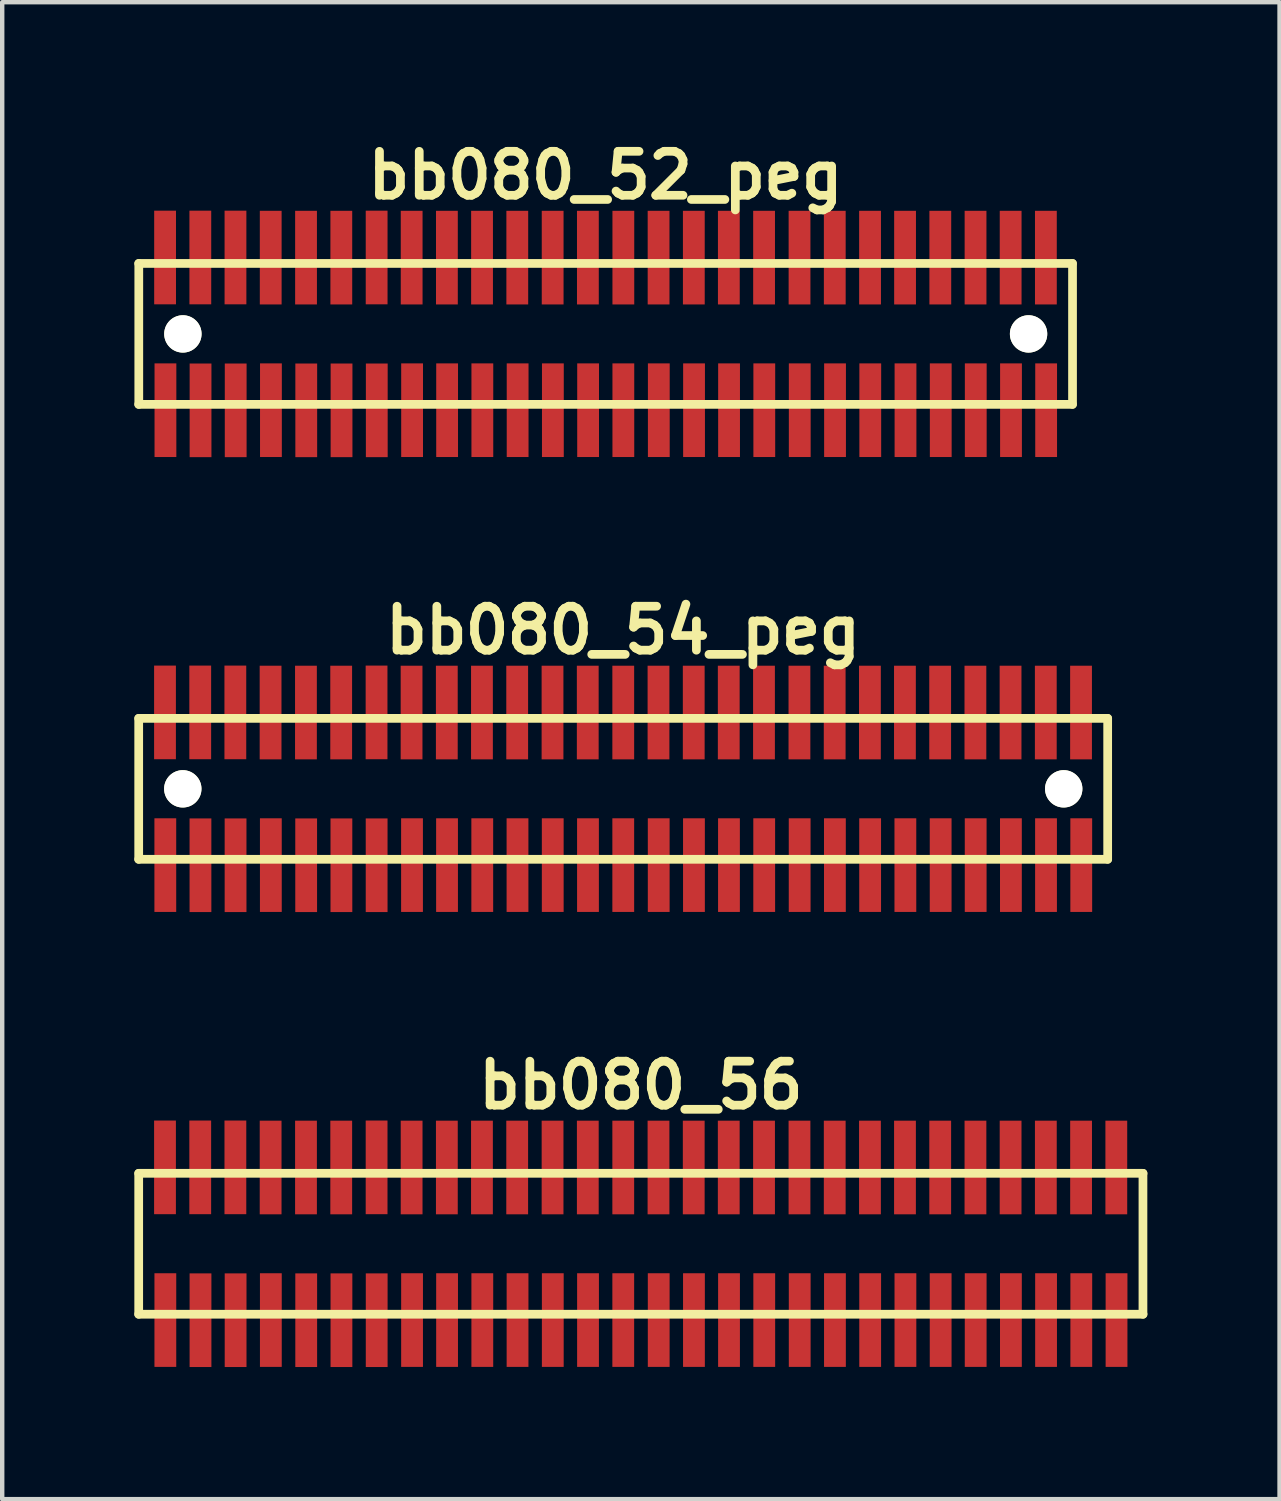
<source format=kicad_pcb>
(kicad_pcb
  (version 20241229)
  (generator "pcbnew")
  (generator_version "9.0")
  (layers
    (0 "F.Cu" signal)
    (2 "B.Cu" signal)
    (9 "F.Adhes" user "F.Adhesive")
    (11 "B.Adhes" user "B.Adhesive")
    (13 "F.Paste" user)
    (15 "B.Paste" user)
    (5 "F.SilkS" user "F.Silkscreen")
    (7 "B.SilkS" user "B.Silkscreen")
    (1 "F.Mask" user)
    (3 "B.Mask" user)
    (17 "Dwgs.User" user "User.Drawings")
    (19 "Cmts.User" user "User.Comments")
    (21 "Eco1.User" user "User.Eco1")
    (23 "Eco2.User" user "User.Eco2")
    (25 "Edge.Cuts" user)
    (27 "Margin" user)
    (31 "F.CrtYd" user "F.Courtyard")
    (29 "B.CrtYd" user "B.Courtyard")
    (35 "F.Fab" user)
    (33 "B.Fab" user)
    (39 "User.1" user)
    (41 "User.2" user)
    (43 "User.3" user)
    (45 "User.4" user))
  (footprint "bb080_56"
    (layer "F.Cu")
    (at 11.499 25.188)
    (property "Reference" "bb080_56" (at 0 -3.599 0) (layer "F.SilkS") (effects (font (size 0.998 0.998) (thickness 0.198))))
    (attr through_hole)
    (fp_line (start -11.4 -1.6) (end -11.4 1.6) (stroke (width 0.198) (type solid)) (layer "F.SilkS"))
    (fp_line (start -11.4 -1.6) (end 11.402 -1.6) (stroke (width 0.198) (type solid)) (layer "F.SilkS"))
    (fp_line (start 11.4 1.6) (end 11.4 -1.6) (stroke (width 0.198) (type solid)) (layer "F.SilkS"))
    (fp_line (start 11.402 1.6) (end -11.4 1.6) (stroke (width 0.198) (type solid)) (layer "F.SilkS"))
    (pad "1" smd rect (at -10.795 1.732) (size 0.495 2.126) (layers "F.Cu" "F.Mask" "F.Paste"))
    (pad "2" smd rect (at -10.803 -1.735) (size 0.495 2.126) (layers "F.Cu" "F.Mask" "F.Paste"))
    (pad "3" smd rect (at -9.997 1.735) (size 0.495 2.126) (layers "F.Cu" "F.Mask" "F.Paste"))
    (pad "4" smd rect (at -10.003 -1.735) (size 0.495 2.126) (layers "F.Cu" "F.Mask" "F.Paste"))
    (pad "5" smd rect (at -9.2 1.735) (size 0.495 2.126) (layers "F.Cu" "F.Mask" "F.Paste"))
    (pad "6" smd rect (at -9.205 -1.735) (size 0.495 2.126) (layers "F.Cu" "F.Mask" "F.Paste"))
    (pad "7" smd rect (at -8.4 1.732) (size 0.495 2.126) (layers "F.Cu" "F.Mask" "F.Paste"))
    (pad "8" smd rect (at -8.405 -1.732) (size 0.495 2.126) (layers "F.Cu" "F.Mask" "F.Paste"))
    (pad "9" smd rect (at -7.597 1.735) (size 0.495 2.126) (layers "F.Cu" "F.Mask" "F.Paste"))
    (pad "10" smd rect (at -7.602 -1.732) (size 0.495 2.126) (layers "F.Cu" "F.Mask" "F.Paste"))
    (pad "11" smd rect (at -6.797 1.735) (size 0.495 2.126) (layers "F.Cu" "F.Mask" "F.Paste"))
    (pad "12" smd rect (at -6.802 -1.732) (size 0.495 2.126) (layers "F.Cu" "F.Mask" "F.Paste"))
    (pad "13" smd rect (at -5.997 1.735) (size 0.495 2.126) (layers "F.Cu" "F.Mask" "F.Paste"))
    (pad "14" smd rect (at -5.999 -1.735) (size 0.495 2.126) (layers "F.Cu" "F.Mask" "F.Paste"))
    (pad "15" smd rect (at -5.194 1.732) (size 0.495 2.126) (layers "F.Cu" "F.Mask" "F.Paste"))
    (pad "16" smd rect (at -5.204 -1.732) (size 0.495 2.126) (layers "F.Cu" "F.Mask" "F.Paste"))
    (pad "17" smd rect (at -4.399 1.732) (size 0.495 2.126) (layers "F.Cu" "F.Mask" "F.Paste"))
    (pad "18" smd rect (at -4.404 -1.732) (size 0.495 2.126) (layers "F.Cu" "F.Mask" "F.Paste"))
    (pad "19" smd rect (at -3.599 1.732) (size 0.495 2.126) (layers "F.Cu" "F.Mask" "F.Paste"))
    (pad "20" smd rect (at -3.607 -1.732) (size 0.495 2.126) (layers "F.Cu" "F.Mask" "F.Paste"))
    (pad "21" smd rect (at -2.799 1.732) (size 0.495 2.126) (layers "F.Cu" "F.Mask" "F.Paste"))
    (pad "22" smd rect (at -2.807 -1.732) (size 0.495 2.126) (layers "F.Cu" "F.Mask" "F.Paste"))
    (pad "23" smd rect (at -1.999 1.732) (size 0.495 2.126) (layers "F.Cu" "F.Mask" "F.Paste"))
    (pad "24" smd rect (at -2.004 -1.732) (size 0.495 2.126) (layers "F.Cu" "F.Mask" "F.Paste"))
    (pad "25" smd rect (at -1.199 1.732) (size 0.495 2.126) (layers "F.Cu" "F.Mask" "F.Paste"))
    (pad "26" smd rect (at -1.204 -1.732) (size 0.495 2.126) (layers "F.Cu" "F.Mask" "F.Paste"))
    (pad "27" smd rect (at -0.399 1.732) (size 0.495 2.126) (layers "F.Cu" "F.Mask" "F.Paste"))
    (pad "28" smd rect (at -0.399 -1.732) (size 0.495 2.126) (layers "F.Cu" "F.Mask" "F.Paste"))
    (pad "29" smd rect (at 0.406 1.732) (size 0.495 2.126) (layers "F.Cu" "F.Mask" "F.Paste"))
    (pad "30" smd rect (at 0.401 -1.732) (size 0.495 2.126) (layers "F.Cu" "F.Mask" "F.Paste"))
    (pad "31" smd rect (at 1.206 1.732) (size 0.495 2.126) (layers "F.Cu" "F.Mask" "F.Paste"))
    (pad "32" smd rect (at 1.201 -1.732) (size 0.495 2.126) (layers "F.Cu" "F.Mask" "F.Paste"))
    (pad "33" smd rect (at 2.002 1.732) (size 0.495 2.126) (layers "F.Cu" "F.Mask" "F.Paste"))
    (pad "34" smd rect (at 1.996 -1.732) (size 0.495 2.126) (layers "F.Cu" "F.Mask" "F.Paste"))
    (pad "35" smd rect (at 2.802 1.732) (size 0.495 2.126) (layers "F.Cu" "F.Mask" "F.Paste"))
    (pad "36" smd rect (at 2.797 -1.732) (size 0.495 2.126) (layers "F.Cu" "F.Mask" "F.Paste"))
    (pad "37" smd rect (at 3.607 1.732) (size 0.495 2.126) (layers "F.Cu" "F.Mask" "F.Paste"))
    (pad "38" smd rect (at 3.602 -1.732) (size 0.495 2.126) (layers "F.Cu" "F.Mask" "F.Paste"))
    (pad "39" smd rect (at 4.407 1.732) (size 0.495 2.126) (layers "F.Cu" "F.Mask" "F.Paste"))
    (pad "40" smd rect (at 4.402 -1.732) (size 0.495 2.126) (layers "F.Cu" "F.Mask" "F.Paste"))
    (pad "41" smd rect (at 5.207 1.732) (size 0.495 2.126) (layers "F.Cu" "F.Mask" "F.Paste"))
    (pad "42" smd rect (at 5.202 -1.732) (size 0.495 2.126) (layers "F.Cu" "F.Mask" "F.Paste"))
    (pad "43" smd rect (at 6.007 1.732) (size 0.495 2.126) (layers "F.Cu" "F.Mask" "F.Paste"))
    (pad "44" smd rect (at 5.997 -1.732) (size 0.495 2.126) (layers "F.Cu" "F.Mask" "F.Paste"))
    (pad "45" smd rect (at 6.807 1.732) (size 0.495 2.126) (layers "F.Cu" "F.Mask" "F.Paste"))
    (pad "46" smd rect (at 6.797 -1.732) (size 0.495 2.126) (layers "F.Cu" "F.Mask" "F.Paste"))
    (pad "47" smd rect (at 7.602 1.732) (size 0.495 2.126) (layers "F.Cu" "F.Mask" "F.Paste"))
    (pad "48" smd rect (at 7.597 -1.732) (size 0.495 2.126) (layers "F.Cu" "F.Mask" "F.Paste"))
    (pad "49" smd rect (at 8.402 1.732) (size 0.495 2.126) (layers "F.Cu" "F.Mask" "F.Paste"))
    (pad "50" smd rect (at 8.395 -1.732) (size 0.495 2.126) (layers "F.Cu" "F.Mask" "F.Paste"))
    (pad "51" smd rect (at 9.2 1.732) (size 0.495 2.126) (layers "F.Cu" "F.Mask" "F.Paste"))
    (pad "52" smd rect (at 9.195 -1.732) (size 0.495 2.126) (layers "F.Cu" "F.Mask" "F.Paste"))
    (pad "53" smd rect (at 10 1.732) (size 0.495 2.126) (layers "F.Cu" "F.Mask" "F.Paste"))
    (pad "54" smd rect (at 9.995 -1.732) (size 0.495 2.126) (layers "F.Cu" "F.Mask" "F.Paste"))
    (pad "55" smd rect (at 10.8 1.732) (size 0.495 2.126) (layers "F.Cu" "F.Mask" "F.Paste"))
    (pad "56" smd rect (at 10.795 -1.732) (size 0.495 2.126) (layers "F.Cu" "F.Mask" "F.Paste")))
  (footprint "bb080_54_peg"
    (layer "F.Cu")
    (at 11.097 14.859)
    (property "Reference" "bb080_54_peg" (at 0 -3.599 0) (layer "F.SilkS") (effects (font (size 0.998 0.998) (thickness 0.198))))
    (attr through_hole)
    (fp_line (start -10.998 -1.6) (end -10.998 1.6) (stroke (width 0.198) (type solid)) (layer "F.SilkS"))
    (fp_line (start -10.998 1.6) (end 11.001 1.6) (stroke (width 0.198) (type solid)) (layer "F.SilkS"))
    (fp_line (start 11.001 -1.6) (end -10.998 -1.6) (stroke (width 0.198) (type solid)) (layer "F.SilkS"))
    (fp_line (start 11.001 1.6) (end 11.001 -1.6) (stroke (width 0.198) (type solid)) (layer "F.SilkS"))
    (pad "" np_thru_hole circle (at -9.997 0) (size 0.848 0.848) (drill 0.848) (layers "*.Cu" "*.Mask" "F.SilkS"))
    (pad "" np_thru_hole circle (at 10.003 0) (size 0.848 0.848) (drill 0.848) (layers "*.Cu" "*.Mask" "F.SilkS"))
    (pad "1" smd rect (at -10.394 1.732) (size 0.495 2.126) (layers "F.Cu" "F.Mask" "F.Paste"))
    (pad "2" smd rect (at -10.401 -1.735) (size 0.495 2.126) (layers "F.Cu" "F.Mask" "F.Paste"))
    (pad "3" smd rect (at -9.596 1.735) (size 0.495 2.126) (layers "F.Cu" "F.Mask" "F.Paste"))
    (pad "4" smd rect (at -9.601 -1.735) (size 0.495 2.126) (layers "F.Cu" "F.Mask" "F.Paste"))
    (pad "5" smd rect (at -8.799 1.735) (size 0.495 2.126) (layers "F.Cu" "F.Mask" "F.Paste"))
    (pad "6" smd rect (at -8.804 -1.735) (size 0.495 2.126) (layers "F.Cu" "F.Mask" "F.Paste"))
    (pad "7" smd rect (at -7.998 1.732) (size 0.495 2.126) (layers "F.Cu" "F.Mask" "F.Paste"))
    (pad "8" smd rect (at -8.004 -1.732) (size 0.495 2.126) (layers "F.Cu" "F.Mask" "F.Paste"))
    (pad "9" smd rect (at -7.196 1.735) (size 0.495 2.126) (layers "F.Cu" "F.Mask" "F.Paste"))
    (pad "10" smd rect (at -7.201 -1.732) (size 0.495 2.126) (layers "F.Cu" "F.Mask" "F.Paste"))
    (pad "11" smd rect (at -6.396 1.735) (size 0.495 2.126) (layers "F.Cu" "F.Mask" "F.Paste"))
    (pad "12" smd rect (at -6.401 -1.732) (size 0.495 2.126) (layers "F.Cu" "F.Mask" "F.Paste"))
    (pad "13" smd rect (at -5.596 1.735) (size 0.495 2.126) (layers "F.Cu" "F.Mask" "F.Paste"))
    (pad "14" smd rect (at -5.598 -1.735) (size 0.495 2.126) (layers "F.Cu" "F.Mask" "F.Paste"))
    (pad "15" smd rect (at -4.793 1.732) (size 0.495 2.126) (layers "F.Cu" "F.Mask" "F.Paste"))
    (pad "16" smd rect (at -4.803 -1.732) (size 0.495 2.126) (layers "F.Cu" "F.Mask" "F.Paste"))
    (pad "17" smd rect (at -3.998 1.732) (size 0.495 2.126) (layers "F.Cu" "F.Mask" "F.Paste"))
    (pad "18" smd rect (at -4.003 -1.732) (size 0.495 2.126) (layers "F.Cu" "F.Mask" "F.Paste"))
    (pad "19" smd rect (at -3.198 1.732) (size 0.495 2.126) (layers "F.Cu" "F.Mask" "F.Paste"))
    (pad "20" smd rect (at -3.205 -1.732) (size 0.495 2.126) (layers "F.Cu" "F.Mask" "F.Paste"))
    (pad "21" smd rect (at -2.398 1.732) (size 0.495 2.126) (layers "F.Cu" "F.Mask" "F.Paste"))
    (pad "22" smd rect (at -2.405 -1.732) (size 0.495 2.126) (layers "F.Cu" "F.Mask" "F.Paste"))
    (pad "23" smd rect (at -1.598 1.732) (size 0.495 2.126) (layers "F.Cu" "F.Mask" "F.Paste"))
    (pad "24" smd rect (at -1.603 -1.732) (size 0.495 2.126) (layers "F.Cu" "F.Mask" "F.Paste"))
    (pad "25" smd rect (at -0.798 1.732) (size 0.495 2.126) (layers "F.Cu" "F.Mask" "F.Paste"))
    (pad "26" smd rect (at -0.803 -1.732) (size 0.495 2.126) (layers "F.Cu" "F.Mask" "F.Paste"))
    (pad "27" smd rect (at 0.003 1.732) (size 0.495 2.126) (layers "F.Cu" "F.Mask" "F.Paste"))
    (pad "28" smd rect (at 0.003 -1.732) (size 0.495 2.126) (layers "F.Cu" "F.Mask" "F.Paste"))
    (pad "29" smd rect (at 0.808 1.732) (size 0.495 2.126) (layers "F.Cu" "F.Mask" "F.Paste"))
    (pad "30" smd rect (at 0.803 -1.732) (size 0.495 2.126) (layers "F.Cu" "F.Mask" "F.Paste"))
    (pad "31" smd rect (at 1.608 1.732) (size 0.495 2.126) (layers "F.Cu" "F.Mask" "F.Paste"))
    (pad "32" smd rect (at 1.603 -1.732) (size 0.495 2.126) (layers "F.Cu" "F.Mask" "F.Paste"))
    (pad "33" smd rect (at 2.403 1.732) (size 0.495 2.126) (layers "F.Cu" "F.Mask" "F.Paste"))
    (pad "34" smd rect (at 2.398 -1.732) (size 0.495 2.126) (layers "F.Cu" "F.Mask" "F.Paste"))
    (pad "35" smd rect (at 3.203 1.732) (size 0.495 2.126) (layers "F.Cu" "F.Mask" "F.Paste"))
    (pad "36" smd rect (at 3.198 -1.732) (size 0.495 2.126) (layers "F.Cu" "F.Mask" "F.Paste"))
    (pad "37" smd rect (at 4.008 1.732) (size 0.495 2.126) (layers "F.Cu" "F.Mask" "F.Paste"))
    (pad "38" smd rect (at 4.003 -1.732) (size 0.495 2.126) (layers "F.Cu" "F.Mask" "F.Paste"))
    (pad "39" smd rect (at 4.808 1.732) (size 0.495 2.126) (layers "F.Cu" "F.Mask" "F.Paste"))
    (pad "40" smd rect (at 4.803 -1.732) (size 0.495 2.126) (layers "F.Cu" "F.Mask" "F.Paste"))
    (pad "41" smd rect (at 5.608 1.732) (size 0.495 2.126) (layers "F.Cu" "F.Mask" "F.Paste"))
    (pad "42" smd rect (at 5.603 -1.732) (size 0.495 2.126) (layers "F.Cu" "F.Mask" "F.Paste"))
    (pad "43" smd rect (at 6.408 1.732) (size 0.495 2.126) (layers "F.Cu" "F.Mask" "F.Paste"))
    (pad "44" smd rect (at 6.398 -1.732) (size 0.495 2.126) (layers "F.Cu" "F.Mask" "F.Paste"))
    (pad "45" smd rect (at 7.209 1.732) (size 0.495 2.126) (layers "F.Cu" "F.Mask" "F.Paste"))
    (pad "46" smd rect (at 7.198 -1.732) (size 0.495 2.126) (layers "F.Cu" "F.Mask" "F.Paste"))
    (pad "47" smd rect (at 8.004 1.732) (size 0.495 2.126) (layers "F.Cu" "F.Mask" "F.Paste"))
    (pad "48" smd rect (at 7.998 -1.732) (size 0.495 2.126) (layers "F.Cu" "F.Mask" "F.Paste"))
    (pad "49" smd rect (at 8.804 1.732) (size 0.495 2.126) (layers "F.Cu" "F.Mask" "F.Paste"))
    (pad "50" smd rect (at 8.796 -1.732) (size 0.495 2.126) (layers "F.Cu" "F.Mask" "F.Paste"))
    (pad "51" smd rect (at 9.601 1.732) (size 0.495 2.126) (layers "F.Cu" "F.Mask" "F.Paste"))
    (pad "52" smd rect (at 9.596 -1.732) (size 0.495 2.126) (layers "F.Cu" "F.Mask" "F.Paste"))
    (pad "53" smd rect (at 10.401 1.732) (size 0.495 2.126) (layers "F.Cu" "F.Mask" "F.Paste"))
    (pad "54" smd rect (at 10.396 -1.732) (size 0.495 2.126) (layers "F.Cu" "F.Mask" "F.Paste")))
  (footprint "bb080_52_peg"
    (layer "F.Cu")
    (at 10.698 4.531)
    (property "Reference" "bb080_52_peg" (at 0 -3.599 0) (layer "F.SilkS") (effects (font (size 0.998 0.998) (thickness 0.198))))
    (attr through_hole)
    (fp_line (start -10.599 1.6) (end 10.599 1.6) (stroke (width 0.198) (type solid)) (layer "F.SilkS"))
    (fp_line (start -10.597 -1.6) (end -10.597 1.6) (stroke (width 0.198) (type solid)) (layer "F.SilkS"))
    (fp_line (start 10.599 -1.6) (end -10.599 -1.6) (stroke (width 0.198) (type solid)) (layer "F.SilkS"))
    (fp_line (start 10.602 1.6) (end 10.602 -1.6) (stroke (width 0.198) (type solid)) (layer "F.SilkS"))
    (pad "" np_thru_hole circle (at -9.596 0) (size 0.848 0.848) (drill 0.848) (layers "*.Cu" "*.Mask" "F.SilkS"))
    (pad "" np_thru_hole circle (at 9.604 0) (size 0.848 0.848) (drill 0.848) (layers "*.Cu" "*.Mask" "F.SilkS"))
    (pad "1" smd rect (at -9.992 1.732) (size 0.495 2.126) (layers "F.Cu" "F.Mask" "F.Paste"))
    (pad "2" smd rect (at -10 -1.735) (size 0.495 2.126) (layers "F.Cu" "F.Mask" "F.Paste"))
    (pad "3" smd rect (at -9.195 1.735) (size 0.495 2.126) (layers "F.Cu" "F.Mask" "F.Paste"))
    (pad "4" smd rect (at -9.2 -1.735) (size 0.495 2.126) (layers "F.Cu" "F.Mask" "F.Paste"))
    (pad "5" smd rect (at -8.397 1.735) (size 0.495 2.126) (layers "F.Cu" "F.Mask" "F.Paste"))
    (pad "6" smd rect (at -8.402 -1.735) (size 0.495 2.126) (layers "F.Cu" "F.Mask" "F.Paste"))
    (pad "7" smd rect (at -7.597 1.732) (size 0.495 2.126) (layers "F.Cu" "F.Mask" "F.Paste"))
    (pad "8" smd rect (at -7.602 -1.732) (size 0.495 2.126) (layers "F.Cu" "F.Mask" "F.Paste"))
    (pad "9" smd rect (at -6.795 1.735) (size 0.495 2.126) (layers "F.Cu" "F.Mask" "F.Paste"))
    (pad "10" smd rect (at -6.8 -1.732) (size 0.495 2.126) (layers "F.Cu" "F.Mask" "F.Paste"))
    (pad "11" smd rect (at -5.994 1.735) (size 0.495 2.126) (layers "F.Cu" "F.Mask" "F.Paste"))
    (pad "12" smd rect (at -5.999 -1.732) (size 0.495 2.126) (layers "F.Cu" "F.Mask" "F.Paste"))
    (pad "13" smd rect (at -5.194 1.735) (size 0.495 2.126) (layers "F.Cu" "F.Mask" "F.Paste"))
    (pad "14" smd rect (at -5.197 -1.735) (size 0.495 2.126) (layers "F.Cu" "F.Mask" "F.Paste"))
    (pad "15" smd rect (at -4.392 1.732) (size 0.495 2.126) (layers "F.Cu" "F.Mask" "F.Paste"))
    (pad "16" smd rect (at -4.402 -1.732) (size 0.495 2.126) (layers "F.Cu" "F.Mask" "F.Paste"))
    (pad "17" smd rect (at -3.597 1.732) (size 0.495 2.126) (layers "F.Cu" "F.Mask" "F.Paste"))
    (pad "18" smd rect (at -3.602 -1.732) (size 0.495 2.126) (layers "F.Cu" "F.Mask" "F.Paste"))
    (pad "19" smd rect (at -2.797 1.732) (size 0.495 2.126) (layers "F.Cu" "F.Mask" "F.Paste"))
    (pad "20" smd rect (at -2.804 -1.732) (size 0.495 2.126) (layers "F.Cu" "F.Mask" "F.Paste"))
    (pad "21" smd rect (at -1.996 1.732) (size 0.495 2.126) (layers "F.Cu" "F.Mask" "F.Paste"))
    (pad "22" smd rect (at -2.004 -1.732) (size 0.495 2.126) (layers "F.Cu" "F.Mask" "F.Paste"))
    (pad "23" smd rect (at -1.196 1.732) (size 0.495 2.126) (layers "F.Cu" "F.Mask" "F.Paste"))
    (pad "24" smd rect (at -1.201 -1.732) (size 0.495 2.126) (layers "F.Cu" "F.Mask" "F.Paste"))
    (pad "25" smd rect (at -0.396 1.732) (size 0.495 2.126) (layers "F.Cu" "F.Mask" "F.Paste"))
    (pad "26" smd rect (at -0.401 -1.732) (size 0.495 2.126) (layers "F.Cu" "F.Mask" "F.Paste"))
    (pad "27" smd rect (at 0.404 1.732) (size 0.495 2.126) (layers "F.Cu" "F.Mask" "F.Paste"))
    (pad "28" smd rect (at 0.404 -1.732) (size 0.495 2.126) (layers "F.Cu" "F.Mask" "F.Paste"))
    (pad "29" smd rect (at 1.209 1.732) (size 0.495 2.126) (layers "F.Cu" "F.Mask" "F.Paste"))
    (pad "30" smd rect (at 1.204 -1.732) (size 0.495 2.126) (layers "F.Cu" "F.Mask" "F.Paste"))
    (pad "31" smd rect (at 2.009 1.732) (size 0.495 2.126) (layers "F.Cu" "F.Mask" "F.Paste"))
    (pad "32" smd rect (at 2.004 -1.732) (size 0.495 2.126) (layers "F.Cu" "F.Mask" "F.Paste"))
    (pad "33" smd rect (at 2.804 1.732) (size 0.495 2.126) (layers "F.Cu" "F.Mask" "F.Paste"))
    (pad "34" smd rect (at 2.799 -1.732) (size 0.495 2.126) (layers "F.Cu" "F.Mask" "F.Paste"))
    (pad "35" smd rect (at 3.604 1.732) (size 0.495 2.126) (layers "F.Cu" "F.Mask" "F.Paste"))
    (pad "36" smd rect (at 3.599 -1.732) (size 0.495 2.126) (layers "F.Cu" "F.Mask" "F.Paste"))
    (pad "37" smd rect (at 4.409 1.732) (size 0.495 2.126) (layers "F.Cu" "F.Mask" "F.Paste"))
    (pad "38" smd rect (at 4.404 -1.732) (size 0.495 2.126) (layers "F.Cu" "F.Mask" "F.Paste"))
    (pad "39" smd rect (at 5.21 1.732) (size 0.495 2.126) (layers "F.Cu" "F.Mask" "F.Paste"))
    (pad "40" smd rect (at 5.204 -1.732) (size 0.495 2.126) (layers "F.Cu" "F.Mask" "F.Paste"))
    (pad "41" smd rect (at 6.01 1.732) (size 0.495 2.126) (layers "F.Cu" "F.Mask" "F.Paste"))
    (pad "42" smd rect (at 6.005 -1.732) (size 0.495 2.126) (layers "F.Cu" "F.Mask" "F.Paste"))
    (pad "43" smd rect (at 6.81 1.732) (size 0.495 2.126) (layers "F.Cu" "F.Mask" "F.Paste"))
    (pad "44" smd rect (at 6.8 -1.732) (size 0.495 2.126) (layers "F.Cu" "F.Mask" "F.Paste"))
    (pad "45" smd rect (at 7.61 1.732) (size 0.495 2.126) (layers "F.Cu" "F.Mask" "F.Paste"))
    (pad "46" smd rect (at 7.6 -1.732) (size 0.495 2.126) (layers "F.Cu" "F.Mask" "F.Paste"))
    (pad "47" smd rect (at 8.405 1.732) (size 0.495 2.126) (layers "F.Cu" "F.Mask" "F.Paste"))
    (pad "48" smd rect (at 8.4 -1.732) (size 0.495 2.126) (layers "F.Cu" "F.Mask" "F.Paste"))
    (pad "49" smd rect (at 9.205 1.732) (size 0.495 2.126) (layers "F.Cu" "F.Mask" "F.Paste"))
    (pad "50" smd rect (at 9.197 -1.732) (size 0.495 2.126) (layers "F.Cu" "F.Mask" "F.Paste"))
    (pad "51" smd rect (at 10.003 1.732) (size 0.495 2.126) (layers "F.Cu" "F.Mask" "F.Paste"))
    (pad "52" smd rect (at 9.997 -1.732) (size 0.495 2.126) (layers "F.Cu" "F.Mask" "F.Paste")))
  (gr_rect
    (start -3 -3)
    (end 26 30.986)
    (stroke (width 0.1) (type default))
    (fill no)
    (layer "Edge.Cuts")))
</source>
